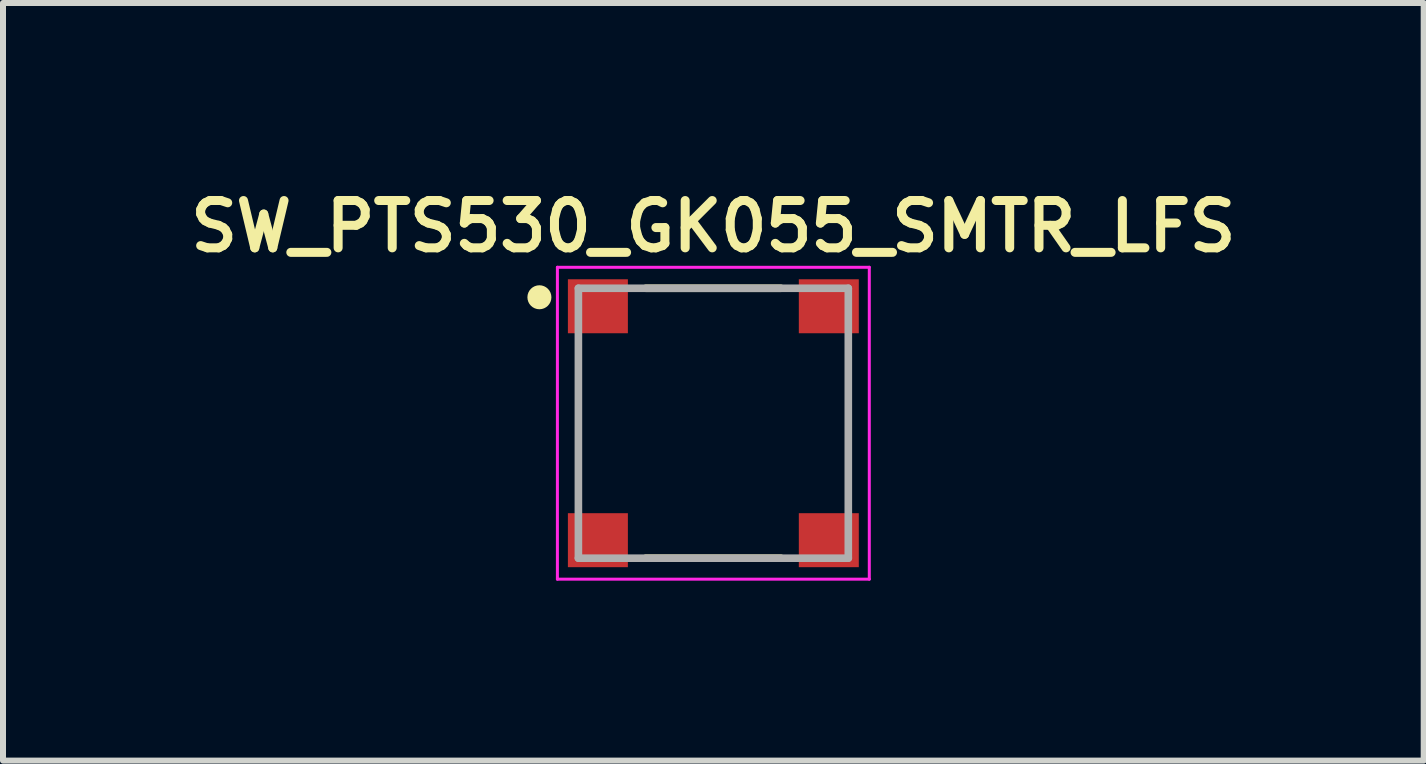
<source format=kicad_pcb>
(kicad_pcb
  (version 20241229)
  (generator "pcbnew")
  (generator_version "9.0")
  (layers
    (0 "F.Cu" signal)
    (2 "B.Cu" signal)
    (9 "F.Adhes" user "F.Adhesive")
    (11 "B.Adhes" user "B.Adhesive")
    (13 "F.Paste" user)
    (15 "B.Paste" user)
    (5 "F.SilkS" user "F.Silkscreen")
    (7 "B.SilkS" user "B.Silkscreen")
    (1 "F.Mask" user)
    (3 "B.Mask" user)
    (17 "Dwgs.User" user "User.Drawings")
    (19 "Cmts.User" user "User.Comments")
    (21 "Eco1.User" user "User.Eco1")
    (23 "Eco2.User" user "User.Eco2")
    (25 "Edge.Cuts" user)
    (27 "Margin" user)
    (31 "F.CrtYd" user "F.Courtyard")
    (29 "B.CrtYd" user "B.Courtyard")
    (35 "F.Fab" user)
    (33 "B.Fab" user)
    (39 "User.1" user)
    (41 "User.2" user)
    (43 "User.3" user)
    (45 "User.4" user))
  (footprint "SW_PTS530_GK055_SMTR_LFS"
    (layer "F.Cu")
    (at 8.843 4.006)
    (property "Reference" "SW_PTS530_GK055_SMTR_LFS" (at 0.000005 -3.281 0) (layer "F.SilkS") (effects (font (size 0.789 0.789) (thickness 0.15))))
    (attr smd)
    (fp_line (start -1.125 -2.25) (end 1.125 -2.25) (stroke (width 0.127) (type solid)) (layer "F.SilkS"))
    (fp_line (start -1.125 2.25) (end 1.125 2.25) (stroke (width 0.127) (type solid)) (layer "F.SilkS"))
    (fp_circle (center -2.9 -2.1) (end -2.8 -2.1) (stroke (width 0.2) (type solid)) (fill no) (layer "F.SilkS"))
    (fp_line (start -2.6 -2.6) (end -2.6 2.6) (stroke (width 0.05) (type solid)) (layer "F.CrtYd"))
    (fp_line (start -2.6 2.6) (end 2.6 2.6) (stroke (width 0.05) (type solid)) (layer "F.CrtYd"))
    (fp_line (start 2.6 -2.6) (end -2.6 -2.6) (stroke (width 0.05) (type solid)) (layer "F.CrtYd"))
    (fp_line (start 2.6 2.6) (end 2.6 -2.6) (stroke (width 0.05) (type solid)) (layer "F.CrtYd"))
    (fp_line (start -2.25 -2.25) (end -2.25 2.25) (stroke (width 0.127) (type solid)) (layer "F.Fab"))
    (fp_line (start -2.25 2.25) (end 2.25 2.25) (stroke (width 0.127) (type solid)) (layer "F.Fab"))
    (fp_line (start 2.25 -2.25) (end -2.25 -2.25) (stroke (width 0.127) (type solid)) (layer "F.Fab"))
    (fp_line (start 2.25 2.25) (end 2.25 -2.25) (stroke (width 0.127) (type solid)) (layer "F.Fab"))
    (pad "1" smd rect (at -1.925 -1.95) (size 1 0.9) (layers "F.Cu" "F.Mask" "F.Paste"))
    (pad "2" smd rect (at 1.925 -1.95) (size 1 0.9) (layers "F.Cu" "F.Mask" "F.Paste"))
    (pad "3" smd rect (at -1.925 1.95) (size 1 0.9) (layers "F.Cu" "F.Mask" "F.Paste"))
    (pad "4" smd rect (at 1.925 1.95) (size 1 0.9) (layers "F.Cu" "F.Mask" "F.Paste")))
  (gr_rect
    (start -3 -3)
    (end 20.686 9.631)
    (stroke (width 0.1) (type default))
    (fill no)
    (layer "Edge.Cuts")))
</source>
